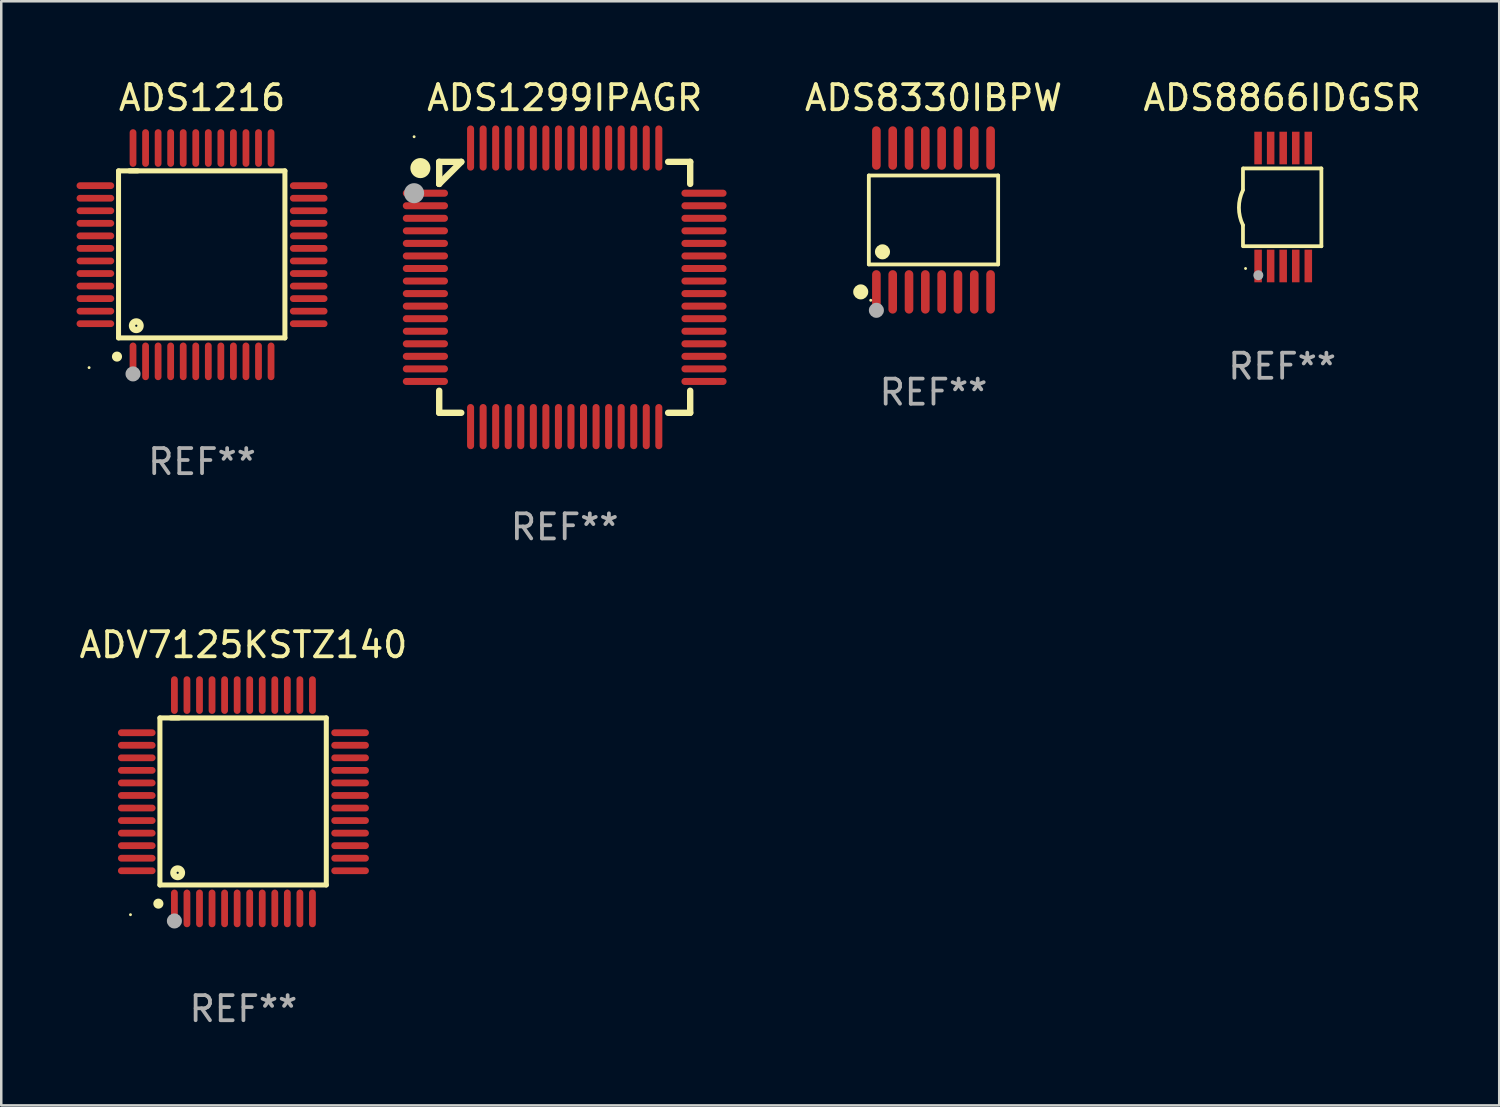
<source format=kicad_pcb>
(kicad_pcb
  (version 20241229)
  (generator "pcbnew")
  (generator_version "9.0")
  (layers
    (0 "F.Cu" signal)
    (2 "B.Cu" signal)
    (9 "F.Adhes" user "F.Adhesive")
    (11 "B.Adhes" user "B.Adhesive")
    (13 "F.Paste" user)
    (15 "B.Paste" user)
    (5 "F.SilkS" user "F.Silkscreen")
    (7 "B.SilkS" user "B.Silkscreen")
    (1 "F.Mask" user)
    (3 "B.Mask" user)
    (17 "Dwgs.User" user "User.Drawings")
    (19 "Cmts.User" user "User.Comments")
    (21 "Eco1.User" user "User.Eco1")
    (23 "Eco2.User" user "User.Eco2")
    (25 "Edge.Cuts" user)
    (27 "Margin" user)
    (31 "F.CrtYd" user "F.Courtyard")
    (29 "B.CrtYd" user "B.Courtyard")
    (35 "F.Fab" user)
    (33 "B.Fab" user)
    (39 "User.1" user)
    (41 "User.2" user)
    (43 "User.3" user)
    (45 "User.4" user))
  (footprint "ADS1216"
    (layer "F.Cu")
    (at 5 7.098)
    (property "Reference" "ADS1216" (at 0 -6.25 0) (layer "F.SilkS") (effects (font (size 1 1) (thickness 0.15))))
    (attr through_hole)
    (fp_line (start -3.327 -3.34) (end -2.565 -3.34) (stroke (width 0.2) (type solid)) (layer "F.SilkS"))
    (fp_line (start -3.327 3.315) (end -3.327 -3.34) (stroke (width 0.2) (type solid)) (layer "F.SilkS"))
    (fp_line (start -2.896 -3.34) (end 3.302 -3.34) (stroke (width 0.2) (type solid)) (layer "F.SilkS"))
    (fp_line (start 3.302 -3.34) (end 3.302 3.315) (stroke (width 0.2) (type solid)) (layer "F.SilkS"))
    (fp_line (start 3.302 3.315) (end -3.327 3.315) (stroke (width 0.2) (type solid)) (layer "F.SilkS"))
    (fp_arc (start -3.389992 4.059995) (mid -3.388722 4.059991) (end -3.387452 4.059995) (stroke (width 0.4) (type solid)) (layer "F.SilkS"))
    (fp_circle (center -4.5 4.5) (end -4.47 4.5) (stroke (width 0.06) (type solid)) (fill no) (layer "F.SilkS"))
    (fp_circle (center -2.62 2.83) (end -2.45 2.83) (stroke (width 0.254) (type solid)) (fill no) (layer "F.SilkS"))
    (fp_circle (center -2.75 4.75) (end -2.6 4.75) (stroke (width 0.3) (type solid)) (fill no) (layer "F.Fab"))
    (fp_text user "REF**" (at 0 8.25 0) (layer "F.Fab") (effects (font (size 1 1) (thickness 0.15))))
    (pad "1" smd oval (at -2.75 4.25) (size 0.27 1.5) (layers "F.Cu" "F.Mask" "F.Paste"))
    (pad "2" smd oval (at -2.25 4.25) (size 0.27 1.5) (layers "F.Cu" "F.Mask" "F.Paste"))
    (pad "3" smd oval (at -1.75 4.25) (size 0.27 1.5) (layers "F.Cu" "F.Mask" "F.Paste"))
    (pad "4" smd oval (at -1.25 4.25) (size 0.27 1.5) (layers "F.Cu" "F.Mask" "F.Paste"))
    (pad "5" smd oval (at -0.75 4.25) (size 0.27 1.5) (layers "F.Cu" "F.Mask" "F.Paste"))
    (pad "6" smd oval (at -0.25 4.25) (size 0.27 1.5) (layers "F.Cu" "F.Mask" "F.Paste"))
    (pad "7" smd oval (at 0.25 4.25) (size 0.27 1.5) (layers "F.Cu" "F.Mask" "F.Paste"))
    (pad "8" smd oval (at 0.75 4.25) (size 0.27 1.5) (layers "F.Cu" "F.Mask" "F.Paste"))
    (pad "9" smd oval (at 1.25 4.25) (size 0.27 1.5) (layers "F.Cu" "F.Mask" "F.Paste"))
    (pad "10" smd oval (at 1.75 4.25) (size 0.27 1.5) (layers "F.Cu" "F.Mask" "F.Paste"))
    (pad "11" smd oval (at 2.25 4.25) (size 0.27 1.5) (layers "F.Cu" "F.Mask" "F.Paste"))
    (pad "12" smd oval (at 2.75 4.25) (size 0.27 1.5) (layers "F.Cu" "F.Mask" "F.Paste"))
    (pad "13" smd oval (at 4.25 2.75) (size 1.5 0.27) (layers "F.Cu" "F.Mask" "F.Paste"))
    (pad "14" smd oval (at 4.25 2.25) (size 1.5 0.27) (layers "F.Cu" "F.Mask" "F.Paste"))
    (pad "15" smd oval (at 4.25 1.75) (size 1.5 0.27) (layers "F.Cu" "F.Mask" "F.Paste"))
    (pad "16" smd oval (at 4.25 1.25) (size 1.5 0.27) (layers "F.Cu" "F.Mask" "F.Paste"))
    (pad "17" smd oval (at 4.25 0.75) (size 1.5 0.27) (layers "F.Cu" "F.Mask" "F.Paste"))
    (pad "18" smd oval (at 4.25 0.25) (size 1.5 0.27) (layers "F.Cu" "F.Mask" "F.Paste"))
    (pad "19" smd oval (at 4.25 -0.25) (size 1.5 0.27) (layers "F.Cu" "F.Mask" "F.Paste"))
    (pad "20" smd oval (at 4.25 -0.75) (size 1.5 0.27) (layers "F.Cu" "F.Mask" "F.Paste"))
    (pad "21" smd oval (at 4.25 -1.25) (size 1.5 0.27) (layers "F.Cu" "F.Mask" "F.Paste"))
    (pad "22" smd oval (at 4.25 -1.75) (size 1.5 0.27) (layers "F.Cu" "F.Mask" "F.Paste"))
    (pad "23" smd oval (at 4.25 -2.25) (size 1.5 0.27) (layers "F.Cu" "F.Mask" "F.Paste"))
    (pad "24" smd oval (at 4.25 -2.75) (size 1.5 0.27) (layers "F.Cu" "F.Mask" "F.Paste"))
    (pad "25" smd oval (at 2.75 -4.25) (size 0.27 1.5) (layers "F.Cu" "F.Mask" "F.Paste"))
    (pad "26" smd oval (at 2.25 -4.25) (size 0.27 1.5) (layers "F.Cu" "F.Mask" "F.Paste"))
    (pad "27" smd oval (at 1.75 -4.25) (size 0.27 1.5) (layers "F.Cu" "F.Mask" "F.Paste"))
    (pad "28" smd oval (at 1.25 -4.25) (size 0.27 1.5) (layers "F.Cu" "F.Mask" "F.Paste"))
    (pad "29" smd oval (at 0.75 -4.25) (size 0.27 1.5) (layers "F.Cu" "F.Mask" "F.Paste"))
    (pad "30" smd oval (at 0.25 -4.25) (size 0.27 1.5) (layers "F.Cu" "F.Mask" "F.Paste"))
    (pad "31" smd oval (at -0.25 -4.25) (size 0.27 1.5) (layers "F.Cu" "F.Mask" "F.Paste"))
    (pad "32" smd oval (at -0.75 -4.25) (size 0.27 1.5) (layers "F.Cu" "F.Mask" "F.Paste"))
    (pad "33" smd oval (at -1.25 -4.25) (size 0.27 1.5) (layers "F.Cu" "F.Mask" "F.Paste"))
    (pad "34" smd oval (at -1.75 -4.25) (size 0.27 1.5) (layers "F.Cu" "F.Mask" "F.Paste"))
    (pad "35" smd oval (at -2.25 -4.25) (size 0.27 1.5) (layers "F.Cu" "F.Mask" "F.Paste"))
    (pad "36" smd oval (at -2.75 -4.25) (size 0.27 1.5) (layers "F.Cu" "F.Mask" "F.Paste"))
    (pad "37" smd oval (at -4.25 -2.75) (size 1.5 0.27) (layers "F.Cu" "F.Mask" "F.Paste"))
    (pad "38" smd oval (at -4.25 -2.25) (size 1.5 0.27) (layers "F.Cu" "F.Mask" "F.Paste"))
    (pad "39" smd oval (at -4.25 -1.75) (size 1.5 0.27) (layers "F.Cu" "F.Mask" "F.Paste"))
    (pad "40" smd oval (at -4.25 -1.25) (size 1.5 0.27) (layers "F.Cu" "F.Mask" "F.Paste"))
    (pad "41" smd oval (at -4.25 -0.75) (size 1.5 0.27) (layers "F.Cu" "F.Mask" "F.Paste"))
    (pad "42" smd oval (at -4.25 -0.25) (size 1.5 0.27) (layers "F.Cu" "F.Mask" "F.Paste"))
    (pad "43" smd oval (at -4.25 0.25) (size 1.5 0.27) (layers "F.Cu" "F.Mask" "F.Paste"))
    (pad "44" smd oval (at -4.25 0.75) (size 1.5 0.27) (layers "F.Cu" "F.Mask" "F.Paste"))
    (pad "45" smd oval (at -4.25 1.25) (size 1.5 0.27) (layers "F.Cu" "F.Mask" "F.Paste"))
    (pad "46" smd oval (at -4.25 1.75) (size 1.5 0.27) (layers "F.Cu" "F.Mask" "F.Paste"))
    (pad "47" smd oval (at -4.25 2.25) (size 1.5 0.27) (layers "F.Cu" "F.Mask" "F.Paste"))
    (pad "48" smd oval (at -4.25 2.75) (size 1.5 0.27) (layers "F.Cu" "F.Mask" "F.Paste")))
  (footprint "ADV7125KSTZ140"
    (layer "F.Cu")
    (at 6.649 28.895)
    (property "Reference" "ADV7125KSTZ140" (at 0 -6.25 0) (layer "F.SilkS") (effects (font (size 1 1) (thickness 0.15))))
    (attr through_hole)
    (fp_line (start -3.327 -3.34) (end -2.565 -3.34) (stroke (width 0.2) (type solid)) (layer "F.SilkS"))
    (fp_line (start -3.327 3.315) (end -3.327 -3.34) (stroke (width 0.2) (type solid)) (layer "F.SilkS"))
    (fp_line (start -2.896 -3.34) (end 3.302 -3.34) (stroke (width 0.2) (type solid)) (layer "F.SilkS"))
    (fp_line (start 3.302 -3.34) (end 3.302 3.315) (stroke (width 0.2) (type solid)) (layer "F.SilkS"))
    (fp_line (start 3.302 3.315) (end -3.327 3.315) (stroke (width 0.2) (type solid)) (layer "F.SilkS"))
    (fp_arc (start -3.389992 4.059995) (mid -3.388722 4.059991) (end -3.387452 4.059995) (stroke (width 0.4) (type solid)) (layer "F.SilkS"))
    (fp_circle (center -4.5 4.5) (end -4.47 4.5) (stroke (width 0.06) (type solid)) (fill no) (layer "F.SilkS"))
    (fp_circle (center -2.62 2.83) (end -2.45 2.83) (stroke (width 0.254) (type solid)) (fill no) (layer "F.SilkS"))
    (fp_circle (center -2.75 4.75) (end -2.6 4.75) (stroke (width 0.3) (type solid)) (fill no) (layer "F.Fab"))
    (fp_text user "REF**" (at 0 8.25 0) (layer "F.Fab") (effects (font (size 1 1) (thickness 0.15))))
    (pad "1" smd oval (at -2.75 4.25) (size 0.27 1.5) (layers "F.Cu" "F.Mask" "F.Paste"))
    (pad "2" smd oval (at -2.25 4.25) (size 0.27 1.5) (layers "F.Cu" "F.Mask" "F.Paste"))
    (pad "3" smd oval (at -1.75 4.25) (size 0.27 1.5) (layers "F.Cu" "F.Mask" "F.Paste"))
    (pad "4" smd oval (at -1.25 4.25) (size 0.27 1.5) (layers "F.Cu" "F.Mask" "F.Paste"))
    (pad "5" smd oval (at -0.75 4.25) (size 0.27 1.5) (layers "F.Cu" "F.Mask" "F.Paste"))
    (pad "6" smd oval (at -0.25 4.25) (size 0.27 1.5) (layers "F.Cu" "F.Mask" "F.Paste"))
    (pad "7" smd oval (at 0.25 4.25) (size 0.27 1.5) (layers "F.Cu" "F.Mask" "F.Paste"))
    (pad "8" smd oval (at 0.75 4.25) (size 0.27 1.5) (layers "F.Cu" "F.Mask" "F.Paste"))
    (pad "9" smd oval (at 1.25 4.25) (size 0.27 1.5) (layers "F.Cu" "F.Mask" "F.Paste"))
    (pad "10" smd oval (at 1.75 4.25) (size 0.27 1.5) (layers "F.Cu" "F.Mask" "F.Paste"))
    (pad "11" smd oval (at 2.25 4.25) (size 0.27 1.5) (layers "F.Cu" "F.Mask" "F.Paste"))
    (pad "12" smd oval (at 2.75 4.25) (size 0.27 1.5) (layers "F.Cu" "F.Mask" "F.Paste"))
    (pad "13" smd oval (at 4.25 2.75) (size 1.5 0.27) (layers "F.Cu" "F.Mask" "F.Paste"))
    (pad "14" smd oval (at 4.25 2.25) (size 1.5 0.27) (layers "F.Cu" "F.Mask" "F.Paste"))
    (pad "15" smd oval (at 4.25 1.75) (size 1.5 0.27) (layers "F.Cu" "F.Mask" "F.Paste"))
    (pad "16" smd oval (at 4.25 1.25) (size 1.5 0.27) (layers "F.Cu" "F.Mask" "F.Paste"))
    (pad "17" smd oval (at 4.25 0.75) (size 1.5 0.27) (layers "F.Cu" "F.Mask" "F.Paste"))
    (pad "18" smd oval (at 4.25 0.25) (size 1.5 0.27) (layers "F.Cu" "F.Mask" "F.Paste"))
    (pad "19" smd oval (at 4.25 -0.25) (size 1.5 0.27) (layers "F.Cu" "F.Mask" "F.Paste"))
    (pad "20" smd oval (at 4.25 -0.75) (size 1.5 0.27) (layers "F.Cu" "F.Mask" "F.Paste"))
    (pad "21" smd oval (at 4.25 -1.25) (size 1.5 0.27) (layers "F.Cu" "F.Mask" "F.Paste"))
    (pad "22" smd oval (at 4.25 -1.75) (size 1.5 0.27) (layers "F.Cu" "F.Mask" "F.Paste"))
    (pad "23" smd oval (at 4.25 -2.25) (size 1.5 0.27) (layers "F.Cu" "F.Mask" "F.Paste"))
    (pad "24" smd oval (at 4.25 -2.75) (size 1.5 0.27) (layers "F.Cu" "F.Mask" "F.Paste"))
    (pad "25" smd oval (at 2.75 -4.25) (size 0.27 1.5) (layers "F.Cu" "F.Mask" "F.Paste"))
    (pad "26" smd oval (at 2.25 -4.25) (size 0.27 1.5) (layers "F.Cu" "F.Mask" "F.Paste"))
    (pad "27" smd oval (at 1.75 -4.25) (size 0.27 1.5) (layers "F.Cu" "F.Mask" "F.Paste"))
    (pad "28" smd oval (at 1.25 -4.25) (size 0.27 1.5) (layers "F.Cu" "F.Mask" "F.Paste"))
    (pad "29" smd oval (at 0.75 -4.25) (size 0.27 1.5) (layers "F.Cu" "F.Mask" "F.Paste"))
    (pad "30" smd oval (at 0.25 -4.25) (size 0.27 1.5) (layers "F.Cu" "F.Mask" "F.Paste"))
    (pad "31" smd oval (at -0.25 -4.25) (size 0.27 1.5) (layers "F.Cu" "F.Mask" "F.Paste"))
    (pad "32" smd oval (at -0.75 -4.25) (size 0.27 1.5) (layers "F.Cu" "F.Mask" "F.Paste"))
    (pad "33" smd oval (at -1.25 -4.25) (size 0.27 1.5) (layers "F.Cu" "F.Mask" "F.Paste"))
    (pad "34" smd oval (at -1.75 -4.25) (size 0.27 1.5) (layers "F.Cu" "F.Mask" "F.Paste"))
    (pad "35" smd oval (at -2.25 -4.25) (size 0.27 1.5) (layers "F.Cu" "F.Mask" "F.Paste"))
    (pad "36" smd oval (at -2.75 -4.25) (size 0.27 1.5) (layers "F.Cu" "F.Mask" "F.Paste"))
    (pad "37" smd oval (at -4.25 -2.75) (size 1.5 0.27) (layers "F.Cu" "F.Mask" "F.Paste"))
    (pad "38" smd oval (at -4.25 -2.25) (size 1.5 0.27) (layers "F.Cu" "F.Mask" "F.Paste"))
    (pad "39" smd oval (at -4.25 -1.75) (size 1.5 0.27) (layers "F.Cu" "F.Mask" "F.Paste"))
    (pad "40" smd oval (at -4.25 -1.25) (size 1.5 0.27) (layers "F.Cu" "F.Mask" "F.Paste"))
    (pad "41" smd oval (at -4.25 -0.75) (size 1.5 0.27) (layers "F.Cu" "F.Mask" "F.Paste"))
    (pad "42" smd oval (at -4.25 -0.25) (size 1.5 0.27) (layers "F.Cu" "F.Mask" "F.Paste"))
    (pad "43" smd oval (at -4.25 0.25) (size 1.5 0.27) (layers "F.Cu" "F.Mask" "F.Paste"))
    (pad "44" smd oval (at -4.25 0.75) (size 1.5 0.27) (layers "F.Cu" "F.Mask" "F.Paste"))
    (pad "45" smd oval (at -4.25 1.25) (size 1.5 0.27) (layers "F.Cu" "F.Mask" "F.Paste"))
    (pad "46" smd oval (at -4.25 1.75) (size 1.5 0.27) (layers "F.Cu" "F.Mask" "F.Paste"))
    (pad "47" smd oval (at -4.25 2.25) (size 1.5 0.27) (layers "F.Cu" "F.Mask" "F.Paste"))
    (pad "48" smd oval (at -4.25 2.75) (size 1.5 0.27) (layers "F.Cu" "F.Mask" "F.Paste")))
  (footprint "ADS1299IPAGR"
    (layer "F.Cu")
    (at 19.45 8.398)
    (property "Reference" "ADS1299IPAGR" (at 0 -7.55 0) (layer "F.SilkS") (effects (font (size 1 1) (thickness 0.15))))
    (attr through_hole)
    (fp_line (start -5 -5) (end -4.121 -5) (stroke (width 0.254) (type solid)) (layer "F.SilkS"))
    (fp_line (start -5 -4.121) (end -5 -5) (stroke (width 0.254) (type solid)) (layer "F.SilkS"))
    (fp_line (start -5 -4.121) (end -5 -4.121) (stroke (width 0.254) (type solid)) (layer "F.SilkS"))
    (fp_line (start -5 -4.121) (end -4.121 -5) (stroke (width 0.254) (type solid)) (layer "F.SilkS"))
    (fp_line (start -5 5) (end -5 4.121) (stroke (width 0.254) (type solid)) (layer "F.SilkS"))
    (fp_line (start -4.121 5) (end -5 5) (stroke (width 0.254) (type solid)) (layer "F.SilkS"))
    (fp_line (start 4.121 -5) (end 5 -5) (stroke (width 0.254) (type solid)) (layer "F.SilkS"))
    (fp_line (start 5 -5) (end 5 -4.121) (stroke (width 0.254) (type solid)) (layer "F.SilkS"))
    (fp_line (start 5 4.121) (end 5 5) (stroke (width 0.254) (type solid)) (layer "F.SilkS"))
    (fp_line (start 5 5) (end 4.121 5) (stroke (width 0.254) (type solid)) (layer "F.SilkS"))
    (fp_circle (center -6 -6) (end -5.97 -6) (stroke (width 0.06) (type solid)) (fill no) (layer "F.SilkS"))
    (fp_circle (center -5.75 -4.75) (end -5.55 -4.75) (stroke (width 0.4) (type solid)) (fill no) (layer "F.SilkS"))
    (fp_circle (center -6 -3.75) (end -5.8 -3.75) (stroke (width 0.4) (type solid)) (fill no) (layer "F.Fab"))
    (fp_text user "REF**" (at 0 9.55 0) (layer "F.Fab") (effects (font (size 1 1) (thickness 0.15))))
    (pad "1" smd oval (at -5.55 -3.75 90) (size 0.28 1.8) (layers "F.Cu" "F.Mask" "F.Paste"))
    (pad "2" smd oval (at -5.55 -3.25 90) (size 0.28 1.8) (layers "F.Cu" "F.Mask" "F.Paste"))
    (pad "3" smd oval (at -5.55 -2.75 90) (size 0.28 1.8) (layers "F.Cu" "F.Mask" "F.Paste"))
    (pad "4" smd oval (at -5.55 -2.25 90) (size 0.28 1.8) (layers "F.Cu" "F.Mask" "F.Paste"))
    (pad "5" smd oval (at -5.55 -1.75 90) (size 0.28 1.8) (layers "F.Cu" "F.Mask" "F.Paste"))
    (pad "6" smd oval (at -5.55 -1.25 90) (size 0.28 1.8) (layers "F.Cu" "F.Mask" "F.Paste"))
    (pad "7" smd oval (at -5.55 -0.75 90) (size 0.28 1.8) (layers "F.Cu" "F.Mask" "F.Paste"))
    (pad "8" smd oval (at -5.55 -0.25 90) (size 0.28 1.8) (layers "F.Cu" "F.Mask" "F.Paste"))
    (pad "9" smd oval (at -5.55 0.25 90) (size 0.28 1.8) (layers "F.Cu" "F.Mask" "F.Paste"))
    (pad "10" smd oval (at -5.55 0.75 90) (size 0.28 1.8) (layers "F.Cu" "F.Mask" "F.Paste"))
    (pad "11" smd oval (at -5.55 1.25 90) (size 0.28 1.8) (layers "F.Cu" "F.Mask" "F.Paste"))
    (pad "12" smd oval (at -5.55 1.75 90) (size 0.28 1.8) (layers "F.Cu" "F.Mask" "F.Paste"))
    (pad "13" smd oval (at -5.55 2.25 90) (size 0.28 1.8) (layers "F.Cu" "F.Mask" "F.Paste"))
    (pad "14" smd oval (at -5.55 2.75 90) (size 0.28 1.8) (layers "F.Cu" "F.Mask" "F.Paste"))
    (pad "15" smd oval (at -5.55 3.25 90) (size 0.28 1.8) (layers "F.Cu" "F.Mask" "F.Paste"))
    (pad "16" smd oval (at -5.55 3.75 90) (size 0.28 1.8) (layers "F.Cu" "F.Mask" "F.Paste"))
    (pad "17" smd oval (at -3.75 5.55) (size 0.28 1.8) (layers "F.Cu" "F.Mask" "F.Paste"))
    (pad "18" smd oval (at -3.25 5.55) (size 0.28 1.8) (layers "F.Cu" "F.Mask" "F.Paste"))
    (pad "19" smd oval (at -2.75 5.55) (size 0.28 1.8) (layers "F.Cu" "F.Mask" "F.Paste"))
    (pad "20" smd oval (at -2.25 5.55) (size 0.28 1.8) (layers "F.Cu" "F.Mask" "F.Paste"))
    (pad "21" smd oval (at -1.75 5.55) (size 0.28 1.8) (layers "F.Cu" "F.Mask" "F.Paste"))
    (pad "22" smd oval (at -1.25 5.55) (size 0.28 1.8) (layers "F.Cu" "F.Mask" "F.Paste"))
    (pad "23" smd oval (at -0.75 5.55) (size 0.28 1.8) (layers "F.Cu" "F.Mask" "F.Paste"))
    (pad "24" smd oval (at -0.25 5.55) (size 0.28 1.8) (layers "F.Cu" "F.Mask" "F.Paste"))
    (pad "25" smd oval (at 0.25 5.55) (size 0.28 1.8) (layers "F.Cu" "F.Mask" "F.Paste"))
    (pad "26" smd oval (at 0.75 5.55) (size 0.28 1.8) (layers "F.Cu" "F.Mask" "F.Paste"))
    (pad "27" smd oval (at 1.25 5.55) (size 0.28 1.8) (layers "F.Cu" "F.Mask" "F.Paste"))
    (pad "28" smd oval (at 1.75 5.55) (size 0.28 1.8) (layers "F.Cu" "F.Mask" "F.Paste"))
    (pad "29" smd oval (at 2.25 5.55) (size 0.28 1.8) (layers "F.Cu" "F.Mask" "F.Paste"))
    (pad "30" smd oval (at 2.75 5.55) (size 0.28 1.8) (layers "F.Cu" "F.Mask" "F.Paste"))
    (pad "31" smd oval (at 3.25 5.55) (size 0.28 1.8) (layers "F.Cu" "F.Mask" "F.Paste"))
    (pad "32" smd oval (at 3.75 5.55) (size 0.28 1.8) (layers "F.Cu" "F.Mask" "F.Paste"))
    (pad "33" smd oval (at 5.55 3.75 90) (size 0.28 1.8) (layers "F.Cu" "F.Mask" "F.Paste"))
    (pad "34" smd oval (at 5.55 3.25 90) (size 0.28 1.8) (layers "F.Cu" "F.Mask" "F.Paste"))
    (pad "35" smd oval (at 5.55 2.75 90) (size 0.28 1.8) (layers "F.Cu" "F.Mask" "F.Paste"))
    (pad "36" smd oval (at 5.55 2.25 90) (size 0.28 1.8) (layers "F.Cu" "F.Mask" "F.Paste"))
    (pad "37" smd oval (at 5.55 1.75 90) (size 0.28 1.8) (layers "F.Cu" "F.Mask" "F.Paste"))
    (pad "38" smd oval (at 5.55 1.25 90) (size 0.28 1.8) (layers "F.Cu" "F.Mask" "F.Paste"))
    (pad "39" smd oval (at 5.55 0.75 90) (size 0.28 1.8) (layers "F.Cu" "F.Mask" "F.Paste"))
    (pad "40" smd oval (at 5.55 0.25 90) (size 0.28 1.8) (layers "F.Cu" "F.Mask" "F.Paste"))
    (pad "41" smd oval (at 5.55 -0.25 90) (size 0.28 1.8) (layers "F.Cu" "F.Mask" "F.Paste"))
    (pad "42" smd oval (at 5.55 -0.75 90) (size 0.28 1.8) (layers "F.Cu" "F.Mask" "F.Paste"))
    (pad "43" smd oval (at 5.55 -1.25 90) (size 0.28 1.8) (layers "F.Cu" "F.Mask" "F.Paste"))
    (pad "44" smd oval (at 5.55 -1.75 90) (size 0.28 1.8) (layers "F.Cu" "F.Mask" "F.Paste"))
    (pad "45" smd oval (at 5.55 -2.25 90) (size 0.28 1.8) (layers "F.Cu" "F.Mask" "F.Paste"))
    (pad "46" smd oval (at 5.55 -2.75 90) (size 0.28 1.8) (layers "F.Cu" "F.Mask" "F.Paste"))
    (pad "47" smd oval (at 5.55 -3.25 90) (size 0.28 1.8) (layers "F.Cu" "F.Mask" "F.Paste"))
    (pad "48" smd oval (at 5.55 -3.75 90) (size 0.28 1.8) (layers "F.Cu" "F.Mask" "F.Paste"))
    (pad "49" smd oval (at 3.75 -5.55) (size 0.28 1.8) (layers "F.Cu" "F.Mask" "F.Paste"))
    (pad "50" smd oval (at 3.25 -5.55) (size 0.28 1.8) (layers "F.Cu" "F.Mask" "F.Paste"))
    (pad "51" smd oval (at 2.75 -5.55) (size 0.28 1.8) (layers "F.Cu" "F.Mask" "F.Paste"))
    (pad "52" smd oval (at 2.25 -5.55) (size 0.28 1.8) (layers "F.Cu" "F.Mask" "F.Paste"))
    (pad "53" smd oval (at 1.75 -5.55) (size 0.28 1.8) (layers "F.Cu" "F.Mask" "F.Paste"))
    (pad "54" smd oval (at 1.25 -5.55) (size 0.28 1.8) (layers "F.Cu" "F.Mask" "F.Paste"))
    (pad "55" smd oval (at 0.75 -5.55) (size 0.28 1.8) (layers "F.Cu" "F.Mask" "F.Paste"))
    (pad "56" smd oval (at 0.25 -5.55) (size 0.28 1.8) (layers "F.Cu" "F.Mask" "F.Paste"))
    (pad "57" smd oval (at -0.25 -5.55) (size 0.28 1.8) (layers "F.Cu" "F.Mask" "F.Paste"))
    (pad "58" smd oval (at -0.75 -5.55) (size 0.28 1.8) (layers "F.Cu" "F.Mask" "F.Paste"))
    (pad "59" smd oval (at -1.25 -5.55) (size 0.28 1.8) (layers "F.Cu" "F.Mask" "F.Paste"))
    (pad "60" smd oval (at -1.75 -5.55) (size 0.28 1.8) (layers "F.Cu" "F.Mask" "F.Paste"))
    (pad "61" smd oval (at -2.25 -5.55) (size 0.28 1.8) (layers "F.Cu" "F.Mask" "F.Paste"))
    (pad "62" smd oval (at -2.75 -5.55) (size 0.28 1.8) (layers "F.Cu" "F.Mask" "F.Paste"))
    (pad "63" smd oval (at -3.25 -5.55) (size 0.28 1.8) (layers "F.Cu" "F.Mask" "F.Paste"))
    (pad "64" smd oval (at -3.75 -5.55) (size 0.28 1.8) (layers "F.Cu" "F.Mask" "F.Paste")))
  (footprint "ADS8866IDGSR"
    (layer "F.Cu")
    (at 48.037 5.198)
    (property "Reference" "ADS8866IDGSR" (at 0 -4.35 0) (layer "F.SilkS") (effects (font (size 1 1) (thickness 0.15))))
    (attr through_hole)
    (fp_line (start -1.562 -1.537) (end -1.562 -0.698) (stroke (width 0.15) (type solid)) (layer "F.SilkS"))
    (fp_line (start -1.562 0.724) (end -1.562 1.562) (stroke (width 0.15) (type solid)) (layer "F.SilkS"))
    (fp_line (start -1.538 -1.537) (end 1.562 -1.537) (stroke (width 0.15) (type solid)) (layer "F.SilkS"))
    (fp_line (start -1.538 1.562) (end 1.562 1.562) (stroke (width 0.15) (type solid)) (layer "F.SilkS"))
    (fp_line (start 1.562 1.564) (end 1.562 -1.537) (stroke (width 0.15) (type solid)) (layer "F.SilkS"))
    (fp_arc (start -1.562103 0.724079) (mid -1.723579 0.025578) (end -1.562103 -0.672924) (stroke (width 0.150013) (type solid)) (layer "F.SilkS"))
    (fp_circle (center -1.459 2.45) (end -1.429 2.45) (stroke (width 0.06) (type solid)) (fill no) (layer "F.SilkS"))
    (fp_circle (center -0.95 2.718) (end -0.85 2.718) (stroke (width 0.2) (type solid)) (fill no) (layer "F.Fab"))
    (fp_text user "REF**" (at 0 6.35 0) (layer "F.Fab") (effects (font (size 1 1) (thickness 0.15))))
    (pad "1" smd rect (at -0.959 2.35) (size 0.3 1.3) (layers "F.Cu" "F.Mask" "F.Paste"))
    (pad "2" smd rect (at -0.459 2.35) (size 0.3 1.3) (layers "F.Cu" "F.Mask" "F.Paste"))
    (pad "3" smd rect (at 0.04 2.35) (size 0.3 1.3) (layers "F.Cu" "F.Mask" "F.Paste"))
    (pad "4" smd rect (at 0.541 2.35) (size 0.3 1.3) (layers "F.Cu" "F.Mask" "F.Paste"))
    (pad "5" smd rect (at 1.041 2.35) (size 0.3 1.3) (layers "F.Cu" "F.Mask" "F.Paste"))
    (pad "6" smd rect (at 1.04 -2.35) (size 0.3 1.3) (layers "F.Cu" "F.Mask" "F.Paste"))
    (pad "7" smd rect (at 0.541 -2.35) (size 0.3 1.3) (layers "F.Cu" "F.Mask" "F.Paste"))
    (pad "8" smd rect (at 0.041 -2.35) (size 0.3 1.3) (layers "F.Cu" "F.Mask" "F.Paste"))
    (pad "9" smd rect (at -0.459 -2.35) (size 0.3 1.3) (layers "F.Cu" "F.Mask" "F.Paste"))
    (pad "10" smd rect (at -0.96 -2.35) (size 0.3 1.3) (layers "F.Cu" "F.Mask" "F.Paste")))
  (footprint "ADS8330IBPW"
    (layer "F.Cu")
    (at 34.144 5.714)
    (property "Reference" "ADS8330IBPW" (at 0 -4.866 0) (layer "F.SilkS") (effects (font (size 1 1) (thickness 0.15))))
    (attr through_hole)
    (fp_line (start -2.576 -1.772) (end 2.576 -1.772) (stroke (width 0.152) (type solid)) (layer "F.SilkS"))
    (fp_line (start -2.576 1.771) (end -2.576 -1.772) (stroke (width 0.152) (type solid)) (layer "F.SilkS"))
    (fp_line (start 2.576 -1.772) (end 2.576 1.771) (stroke (width 0.152) (type solid)) (layer "F.SilkS"))
    (fp_line (start 2.576 1.771) (end -2.576 1.771) (stroke (width 0.152) (type solid)) (layer "F.SilkS"))
    (fp_circle (center -2.899 2.866) (end -2.749 2.866) (stroke (width 0.3) (type solid)) (fill no) (layer "F.SilkS"))
    (fp_circle (center -2.5 3.2) (end -2.47 3.2) (stroke (width 0.06) (type solid)) (fill no) (layer "F.SilkS"))
    (fp_circle (center -2.032 1.27) (end -1.882 1.27) (stroke (width 0.3) (type solid)) (fill no) (layer "F.SilkS"))
    (fp_circle (center -2.275 3.6) (end -2.125 3.6) (stroke (width 0.3) (type solid)) (fill no) (layer "F.Fab"))
    (fp_text user "REF**" (at 0 6.866 0) (layer "F.Fab") (effects (font (size 1 1) (thickness 0.15))))
    (pad "1" smd oval (at -2.275 2.866) (size 0.343 1.731) (layers "F.Cu" "F.Mask" "F.Paste"))
    (pad "2" smd oval (at -1.625 2.866) (size 0.343 1.731) (layers "F.Cu" "F.Mask" "F.Paste"))
    (pad "3" smd oval (at -0.975 2.866) (size 0.343 1.731) (layers "F.Cu" "F.Mask" "F.Paste"))
    (pad "4" smd oval (at -0.325 2.866) (size 0.343 1.731) (layers "F.Cu" "F.Mask" "F.Paste"))
    (pad "5" smd oval (at 0.325 2.866) (size 0.343 1.731) (layers "F.Cu" "F.Mask" "F.Paste"))
    (pad "6" smd oval (at 0.975 2.866) (size 0.343 1.731) (layers "F.Cu" "F.Mask" "F.Paste"))
    (pad "7" smd oval (at 1.625 2.866) (size 0.343 1.731) (layers "F.Cu" "F.Mask" "F.Paste"))
    (pad "8" smd oval (at 2.275 2.866) (size 0.343 1.731) (layers "F.Cu" "F.Mask" "F.Paste"))
    (pad "9" smd oval (at 2.275 -2.866) (size 0.343 1.731) (layers "F.Cu" "F.Mask" "F.Paste"))
    (pad "10" smd oval (at 1.625 -2.866) (size 0.343 1.731) (layers "F.Cu" "F.Mask" "F.Paste"))
    (pad "11" smd oval (at 0.975 -2.866) (size 0.343 1.731) (layers "F.Cu" "F.Mask" "F.Paste"))
    (pad "12" smd oval (at 0.325 -2.866) (size 0.343 1.731) (layers "F.Cu" "F.Mask" "F.Paste"))
    (pad "13" smd oval (at -0.325 -2.866) (size 0.343 1.731) (layers "F.Cu" "F.Mask" "F.Paste"))
    (pad "14" smd oval (at -0.975 -2.866) (size 0.343 1.731) (layers "F.Cu" "F.Mask" "F.Paste"))
    (pad "15" smd oval (at -1.625 -2.866) (size 0.343 1.731) (layers "F.Cu" "F.Mask" "F.Paste"))
    (pad "16" smd oval (at -2.275 -2.866) (size 0.343 1.731) (layers "F.Cu" "F.Mask" "F.Paste")))
  (gr_rect
    (start -3 -3)
    (end 56.685 40.993)
    (stroke (width 0.1) (type default))
    (fill no)
    (layer "Edge.Cuts")))
</source>
